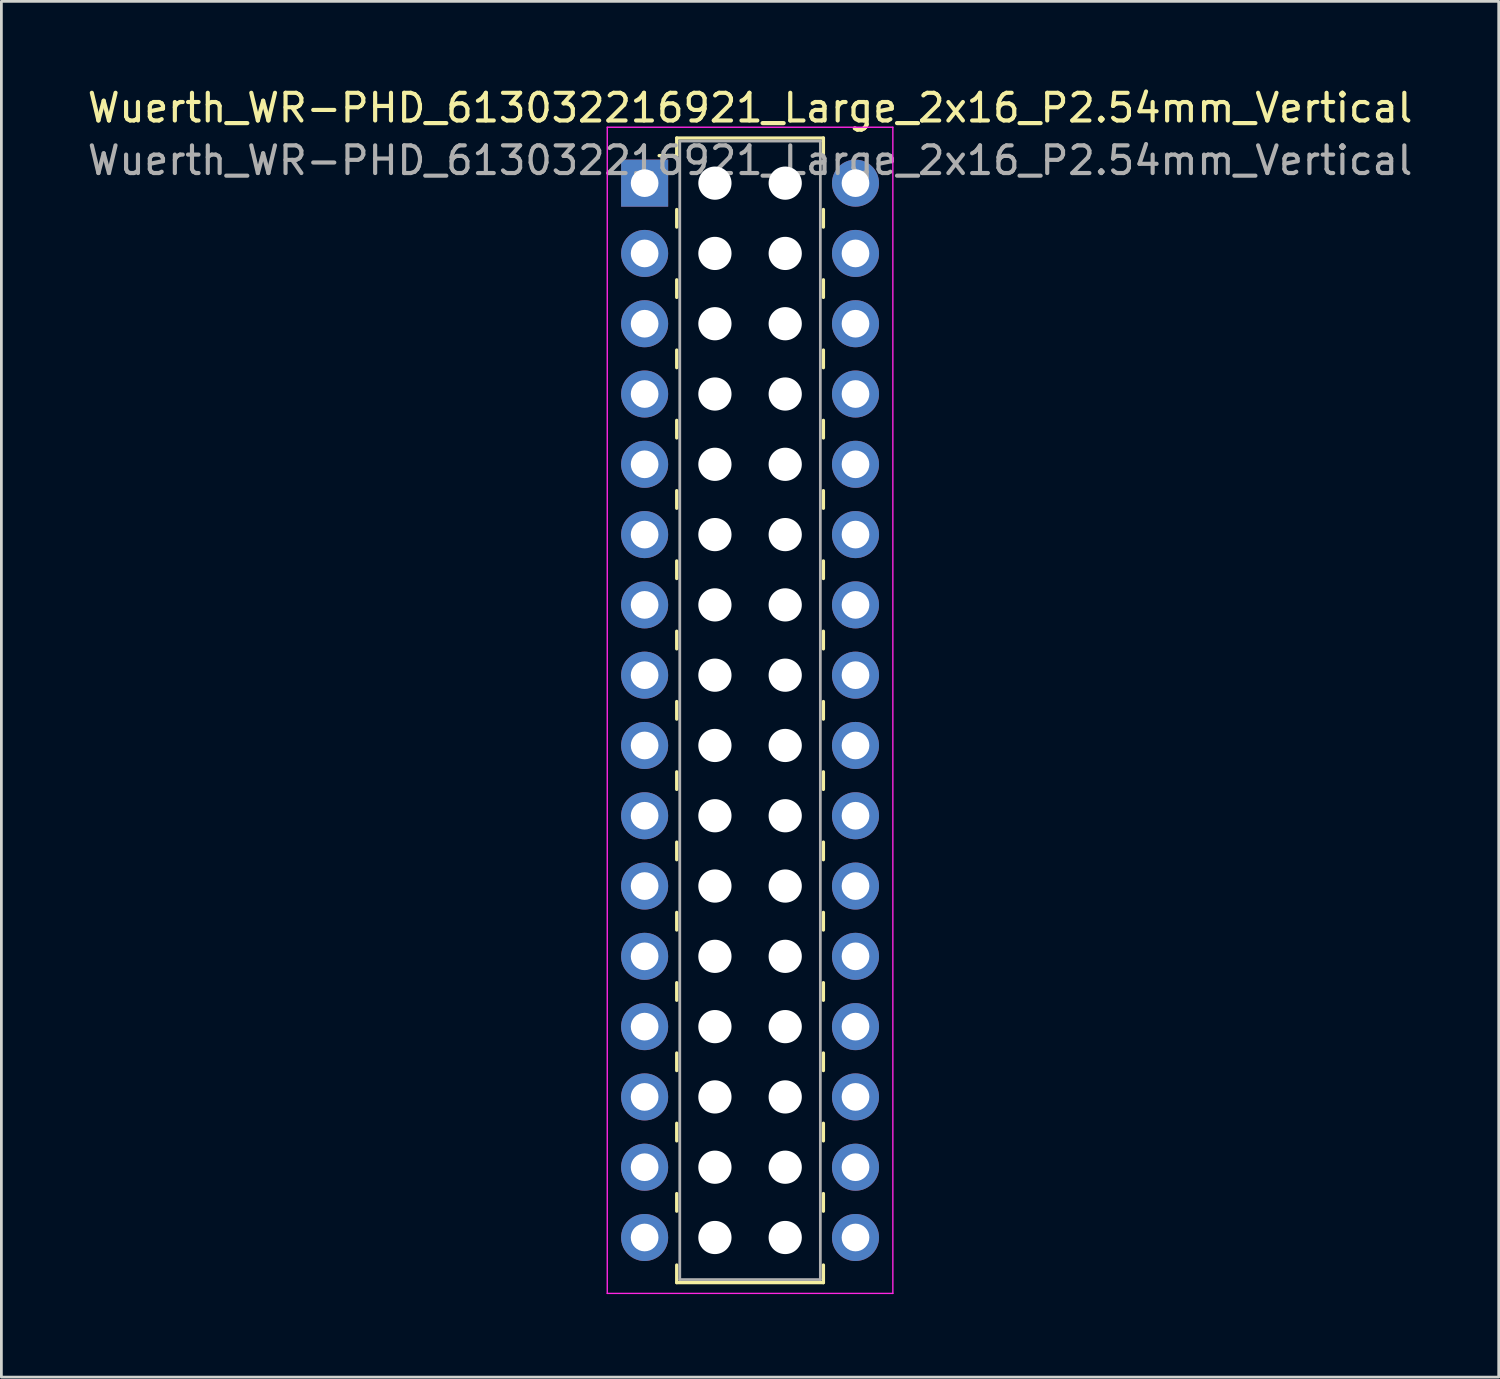
<source format=kicad_pcb>
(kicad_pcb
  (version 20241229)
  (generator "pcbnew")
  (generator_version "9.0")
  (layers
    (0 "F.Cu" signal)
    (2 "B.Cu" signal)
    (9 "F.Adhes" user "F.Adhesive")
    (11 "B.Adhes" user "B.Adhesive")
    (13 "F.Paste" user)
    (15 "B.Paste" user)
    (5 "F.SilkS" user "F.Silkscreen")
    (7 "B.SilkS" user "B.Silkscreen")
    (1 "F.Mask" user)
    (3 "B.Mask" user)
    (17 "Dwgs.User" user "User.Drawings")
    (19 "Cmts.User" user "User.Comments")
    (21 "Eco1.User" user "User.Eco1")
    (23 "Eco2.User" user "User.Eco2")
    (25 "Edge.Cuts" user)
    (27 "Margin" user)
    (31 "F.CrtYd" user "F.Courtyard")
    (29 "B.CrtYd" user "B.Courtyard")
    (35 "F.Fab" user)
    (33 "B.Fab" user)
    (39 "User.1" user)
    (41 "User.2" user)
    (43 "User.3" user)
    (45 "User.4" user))
  (footprint "Wuerth_WR-PHD_613032216921_Large_2x16_P2.54mm_Vertical"
    (layer "F.Cu")
    (at 20.244 3.568)
    (property "Reference" "Wuerth_WR-PHD_613032216921_Large_2x16_P2.54mm_Vertical" (at 3.81 -2.72 0) (layer "F.SilkS") (effects (font (size 1 1) (thickness 0.15))))
    (attr through_hole)
    (fp_line (start 1.16 -1.63) (end 1.16 -0.995) (stroke (width 0.12) (type solid)) (layer "F.SilkS"))
    (fp_line (start 1.16 -1.63) (end 6.46 -1.63) (stroke (width 0.12) (type solid)) (layer "F.SilkS"))
    (fp_line (start 1.16 -0.995) (end 0.525 -0.995) (stroke (width 0.12) (type solid)) (layer "F.SilkS"))
    (fp_line (start 1.16 0.953) (end 1.16 1.587) (stroke (width 0.12) (type solid)) (layer "F.SilkS"))
    (fp_line (start 1.16 3.493) (end 1.16 4.128) (stroke (width 0.12) (type solid)) (layer "F.SilkS"))
    (fp_line (start 1.16 6.032) (end 1.16 6.668) (stroke (width 0.12) (type solid)) (layer "F.SilkS"))
    (fp_line (start 1.16 8.572) (end 1.16 9.207) (stroke (width 0.12) (type solid)) (layer "F.SilkS"))
    (fp_line (start 1.16 11.113) (end 1.16 11.748) (stroke (width 0.12) (type solid)) (layer "F.SilkS"))
    (fp_line (start 1.16 13.652) (end 1.16 14.287) (stroke (width 0.12) (type solid)) (layer "F.SilkS"))
    (fp_line (start 1.16 16.192) (end 1.16 16.828) (stroke (width 0.12) (type solid)) (layer "F.SilkS"))
    (fp_line (start 1.16 18.733) (end 1.16 19.367) (stroke (width 0.12) (type solid)) (layer "F.SilkS"))
    (fp_line (start 1.16 21.273) (end 1.16 21.907) (stroke (width 0.12) (type solid)) (layer "F.SilkS"))
    (fp_line (start 1.16 23.812) (end 1.16 24.448) (stroke (width 0.12) (type solid)) (layer "F.SilkS"))
    (fp_line (start 1.16 26.352) (end 1.16 26.988) (stroke (width 0.12) (type solid)) (layer "F.SilkS"))
    (fp_line (start 1.16 28.892) (end 1.16 29.527) (stroke (width 0.12) (type solid)) (layer "F.SilkS"))
    (fp_line (start 1.16 31.433) (end 1.16 32.068) (stroke (width 0.12) (type solid)) (layer "F.SilkS"))
    (fp_line (start 1.16 33.972) (end 1.16 34.608) (stroke (width 0.12) (type solid)) (layer "F.SilkS"))
    (fp_line (start 1.16 36.513) (end 1.16 37.148) (stroke (width 0.12) (type solid)) (layer "F.SilkS"))
    (fp_line (start 1.16 39.73) (end 1.16 39.095) (stroke (width 0.12) (type solid)) (layer "F.SilkS"))
    (fp_line (start 1.16 39.73) (end 6.46 39.73) (stroke (width 0.12) (type solid)) (layer "F.SilkS"))
    (fp_line (start 6.46 -1.63) (end 6.46 -0.995) (stroke (width 0.12) (type solid)) (layer "F.SilkS"))
    (fp_line (start 6.46 0.953) (end 6.46 1.587) (stroke (width 0.12) (type solid)) (layer "F.SilkS"))
    (fp_line (start 6.46 3.493) (end 6.46 4.128) (stroke (width 0.12) (type solid)) (layer "F.SilkS"))
    (fp_line (start 6.46 6.032) (end 6.46 6.668) (stroke (width 0.12) (type solid)) (layer "F.SilkS"))
    (fp_line (start 6.46 8.572) (end 6.46 9.207) (stroke (width 0.12) (type solid)) (layer "F.SilkS"))
    (fp_line (start 6.46 11.113) (end 6.46 11.748) (stroke (width 0.12) (type solid)) (layer "F.SilkS"))
    (fp_line (start 6.46 13.652) (end 6.46 14.287) (stroke (width 0.12) (type solid)) (layer "F.SilkS"))
    (fp_line (start 6.46 16.192) (end 6.46 16.828) (stroke (width 0.12) (type solid)) (layer "F.SilkS"))
    (fp_line (start 6.46 18.733) (end 6.46 19.367) (stroke (width 0.12) (type solid)) (layer "F.SilkS"))
    (fp_line (start 6.46 21.273) (end 6.46 21.907) (stroke (width 0.12) (type solid)) (layer "F.SilkS"))
    (fp_line (start 6.46 23.812) (end 6.46 24.448) (stroke (width 0.12) (type solid)) (layer "F.SilkS"))
    (fp_line (start 6.46 26.352) (end 6.46 26.988) (stroke (width 0.12) (type solid)) (layer "F.SilkS"))
    (fp_line (start 6.46 28.892) (end 6.46 29.527) (stroke (width 0.12) (type solid)) (layer "F.SilkS"))
    (fp_line (start 6.46 31.433) (end 6.46 32.068) (stroke (width 0.12) (type solid)) (layer "F.SilkS"))
    (fp_line (start 6.46 33.972) (end 6.46 34.608) (stroke (width 0.12) (type solid)) (layer "F.SilkS"))
    (fp_line (start 6.46 36.513) (end 6.46 37.148) (stroke (width 0.12) (type solid)) (layer "F.SilkS"))
    (fp_line (start 6.46 39.73) (end 6.46 39.095) (stroke (width 0.12) (type solid)) (layer "F.SilkS"))
    (fp_line (start -1.35 -2.02) (end -1.35 40.12) (stroke (width 0.05) (type solid)) (layer "F.CrtYd"))
    (fp_line (start -1.35 40.12) (end 8.97 40.12) (stroke (width 0.05) (type solid)) (layer "F.CrtYd"))
    (fp_line (start 8.97 -2.02) (end -1.35 -2.02) (stroke (width 0.05) (type solid)) (layer "F.CrtYd"))
    (fp_line (start 8.97 40.12) (end 8.97 -2.02) (stroke (width 0.05) (type solid)) (layer "F.CrtYd"))
    (fp_line (start 1.27 -1.52) (end 1.27 39.62) (stroke (width 0.1) (type solid)) (layer "F.Fab"))
    (fp_line (start 1.27 39.62) (end 6.35 39.62) (stroke (width 0.1) (type solid)) (layer "F.Fab"))
    (fp_line (start 6.35 -1.52) (end 1.27 -1.52) (stroke (width 0.1) (type solid)) (layer "F.Fab"))
    (fp_line (start 6.35 39.62) (end 6.35 -1.52) (stroke (width 0.1) (type solid)) (layer "F.Fab"))
    (fp_text user "${REFERENCE}" (at 3.81 -0.82 0) (layer "F.Fab") (effects (font (size 1 1) (thickness 0.15))))
    (pad "" np_thru_hole circle (at 2.54 0) (size 1.2 1.2) (drill 1.2) (layers "*.Cu" "*.Mask"))
    (pad "" np_thru_hole circle (at 2.54 2.54) (size 1.2 1.2) (drill 1.2) (layers "*.Cu" "*.Mask"))
    (pad "" np_thru_hole circle (at 2.54 5.08) (size 1.2 1.2) (drill 1.2) (layers "*.Cu" "*.Mask"))
    (pad "" np_thru_hole circle (at 2.54 7.62) (size 1.2 1.2) (drill 1.2) (layers "*.Cu" "*.Mask"))
    (pad "" np_thru_hole circle (at 2.54 10.16) (size 1.2 1.2) (drill 1.2) (layers "*.Cu" "*.Mask"))
    (pad "" np_thru_hole circle (at 2.54 12.7) (size 1.2 1.2) (drill 1.2) (layers "*.Cu" "*.Mask"))
    (pad "" np_thru_hole circle (at 2.54 15.24) (size 1.2 1.2) (drill 1.2) (layers "*.Cu" "*.Mask"))
    (pad "" np_thru_hole circle (at 2.54 17.78) (size 1.2 1.2) (drill 1.2) (layers "*.Cu" "*.Mask"))
    (pad "" np_thru_hole circle (at 2.54 20.32) (size 1.2 1.2) (drill 1.2) (layers "*.Cu" "*.Mask"))
    (pad "" np_thru_hole circle (at 2.54 22.86) (size 1.2 1.2) (drill 1.2) (layers "*.Cu" "*.Mask"))
    (pad "" np_thru_hole circle (at 2.54 25.4) (size 1.2 1.2) (drill 1.2) (layers "*.Cu" "*.Mask"))
    (pad "" np_thru_hole circle (at 2.54 27.94) (size 1.2 1.2) (drill 1.2) (layers "*.Cu" "*.Mask"))
    (pad "" np_thru_hole circle (at 2.54 30.48) (size 1.2 1.2) (drill 1.2) (layers "*.Cu" "*.Mask"))
    (pad "" np_thru_hole circle (at 2.54 33.02) (size 1.2 1.2) (drill 1.2) (layers "*.Cu" "*.Mask"))
    (pad "" np_thru_hole circle (at 2.54 35.56) (size 1.2 1.2) (drill 1.2) (layers "*.Cu" "*.Mask"))
    (pad "" np_thru_hole circle (at 2.54 38.1) (size 1.2 1.2) (drill 1.2) (layers "*.Cu" "*.Mask"))
    (pad "" np_thru_hole circle (at 5.08 0) (size 1.2 1.2) (drill 1.2) (layers "*.Cu" "*.Mask"))
    (pad "" np_thru_hole circle (at 5.08 2.54) (size 1.2 1.2) (drill 1.2) (layers "*.Cu" "*.Mask"))
    (pad "" np_thru_hole circle (at 5.08 5.08) (size 1.2 1.2) (drill 1.2) (layers "*.Cu" "*.Mask"))
    (pad "" np_thru_hole circle (at 5.08 7.62) (size 1.2 1.2) (drill 1.2) (layers "*.Cu" "*.Mask"))
    (pad "" np_thru_hole circle (at 5.08 10.16) (size 1.2 1.2) (drill 1.2) (layers "*.Cu" "*.Mask"))
    (pad "" np_thru_hole circle (at 5.08 12.7) (size 1.2 1.2) (drill 1.2) (layers "*.Cu" "*.Mask"))
    (pad "" np_thru_hole circle (at 5.08 15.24) (size 1.2 1.2) (drill 1.2) (layers "*.Cu" "*.Mask"))
    (pad "" np_thru_hole circle (at 5.08 17.78) (size 1.2 1.2) (drill 1.2) (layers "*.Cu" "*.Mask"))
    (pad "" np_thru_hole circle (at 5.08 20.32) (size 1.2 1.2) (drill 1.2) (layers "*.Cu" "*.Mask"))
    (pad "" np_thru_hole circle (at 5.08 22.86) (size 1.2 1.2) (drill 1.2) (layers "*.Cu" "*.Mask"))
    (pad "" np_thru_hole circle (at 5.08 25.4) (size 1.2 1.2) (drill 1.2) (layers "*.Cu" "*.Mask"))
    (pad "" np_thru_hole circle (at 5.08 27.94) (size 1.2 1.2) (drill 1.2) (layers "*.Cu" "*.Mask"))
    (pad "" np_thru_hole circle (at 5.08 30.48) (size 1.2 1.2) (drill 1.2) (layers "*.Cu" "*.Mask"))
    (pad "" np_thru_hole circle (at 5.08 33.02) (size 1.2 1.2) (drill 1.2) (layers "*.Cu" "*.Mask"))
    (pad "" np_thru_hole circle (at 5.08 35.56) (size 1.2 1.2) (drill 1.2) (layers "*.Cu" "*.Mask"))
    (pad "" np_thru_hole circle (at 5.08 38.1) (size 1.2 1.2) (drill 1.2) (layers "*.Cu" "*.Mask"))
    (pad "1" thru_hole rect (at 0 0) (size 1.7 1.7) (drill 1) (layers "*.Cu" "*.Mask"))
    (pad "2" thru_hole circle (at 7.62 0) (size 1.7 1.7) (drill 1) (layers "*.Cu" "*.Mask"))
    (pad "3" thru_hole circle (at 0 2.54) (size 1.7 1.7) (drill 1) (layers "*.Cu" "*.Mask"))
    (pad "4" thru_hole circle (at 7.62 2.54) (size 1.7 1.7) (drill 1) (layers "*.Cu" "*.Mask"))
    (pad "5" thru_hole circle (at 0 5.08) (size 1.7 1.7) (drill 1) (layers "*.Cu" "*.Mask"))
    (pad "6" thru_hole circle (at 7.62 5.08) (size 1.7 1.7) (drill 1) (layers "*.Cu" "*.Mask"))
    (pad "7" thru_hole circle (at 0 7.62) (size 1.7 1.7) (drill 1) (layers "*.Cu" "*.Mask"))
    (pad "8" thru_hole circle (at 7.62 7.62) (size 1.7 1.7) (drill 1) (layers "*.Cu" "*.Mask"))
    (pad "9" thru_hole circle (at 0 10.16) (size 1.7 1.7) (drill 1) (layers "*.Cu" "*.Mask"))
    (pad "10" thru_hole circle (at 7.62 10.16) (size 1.7 1.7) (drill 1) (layers "*.Cu" "*.Mask"))
    (pad "11" thru_hole circle (at 0 12.7) (size 1.7 1.7) (drill 1) (layers "*.Cu" "*.Mask"))
    (pad "12" thru_hole circle (at 7.62 12.7) (size 1.7 1.7) (drill 1) (layers "*.Cu" "*.Mask"))
    (pad "13" thru_hole circle (at 0 15.24) (size 1.7 1.7) (drill 1) (layers "*.Cu" "*.Mask"))
    (pad "14" thru_hole circle (at 7.62 15.24) (size 1.7 1.7) (drill 1) (layers "*.Cu" "*.Mask"))
    (pad "15" thru_hole circle (at 0 17.78) (size 1.7 1.7) (drill 1) (layers "*.Cu" "*.Mask"))
    (pad "16" thru_hole circle (at 7.62 17.78) (size 1.7 1.7) (drill 1) (layers "*.Cu" "*.Mask"))
    (pad "17" thru_hole circle (at 0 20.32) (size 1.7 1.7) (drill 1) (layers "*.Cu" "*.Mask"))
    (pad "18" thru_hole circle (at 7.62 20.32) (size 1.7 1.7) (drill 1) (layers "*.Cu" "*.Mask"))
    (pad "19" thru_hole circle (at 0 22.86) (size 1.7 1.7) (drill 1) (layers "*.Cu" "*.Mask"))
    (pad "20" thru_hole circle (at 7.62 22.86) (size 1.7 1.7) (drill 1) (layers "*.Cu" "*.Mask"))
    (pad "21" thru_hole circle (at 0 25.4) (size 1.7 1.7) (drill 1) (layers "*.Cu" "*.Mask"))
    (pad "22" thru_hole circle (at 7.62 25.4) (size 1.7 1.7) (drill 1) (layers "*.Cu" "*.Mask"))
    (pad "23" thru_hole circle (at 0 27.94) (size 1.7 1.7) (drill 1) (layers "*.Cu" "*.Mask"))
    (pad "24" thru_hole circle (at 7.62 27.94) (size 1.7 1.7) (drill 1) (layers "*.Cu" "*.Mask"))
    (pad "25" thru_hole circle (at 0 30.48) (size 1.7 1.7) (drill 1) (layers "*.Cu" "*.Mask"))
    (pad "26" thru_hole circle (at 7.62 30.48) (size 1.7 1.7) (drill 1) (layers "*.Cu" "*.Mask"))
    (pad "27" thru_hole circle (at 0 33.02) (size 1.7 1.7) (drill 1) (layers "*.Cu" "*.Mask"))
    (pad "28" thru_hole circle (at 7.62 33.02) (size 1.7 1.7) (drill 1) (layers "*.Cu" "*.Mask"))
    (pad "29" thru_hole circle (at 0 35.56) (size 1.7 1.7) (drill 1) (layers "*.Cu" "*.Mask"))
    (pad "30" thru_hole circle (at 7.62 35.56) (size 1.7 1.7) (drill 1) (layers "*.Cu" "*.Mask"))
    (pad "31" thru_hole circle (at 0 38.1) (size 1.7 1.7) (drill 1) (layers "*.Cu" "*.Mask"))
    (pad "32" thru_hole circle (at 7.62 38.1) (size 1.7 1.7) (drill 1) (layers "*.Cu" "*.Mask")))
  (gr_rect
    (start -3 -3)
    (end 51.107 46.713)
    (stroke (width 0.1) (type default))
    (fill no)
    (layer "Edge.Cuts")))
</source>
